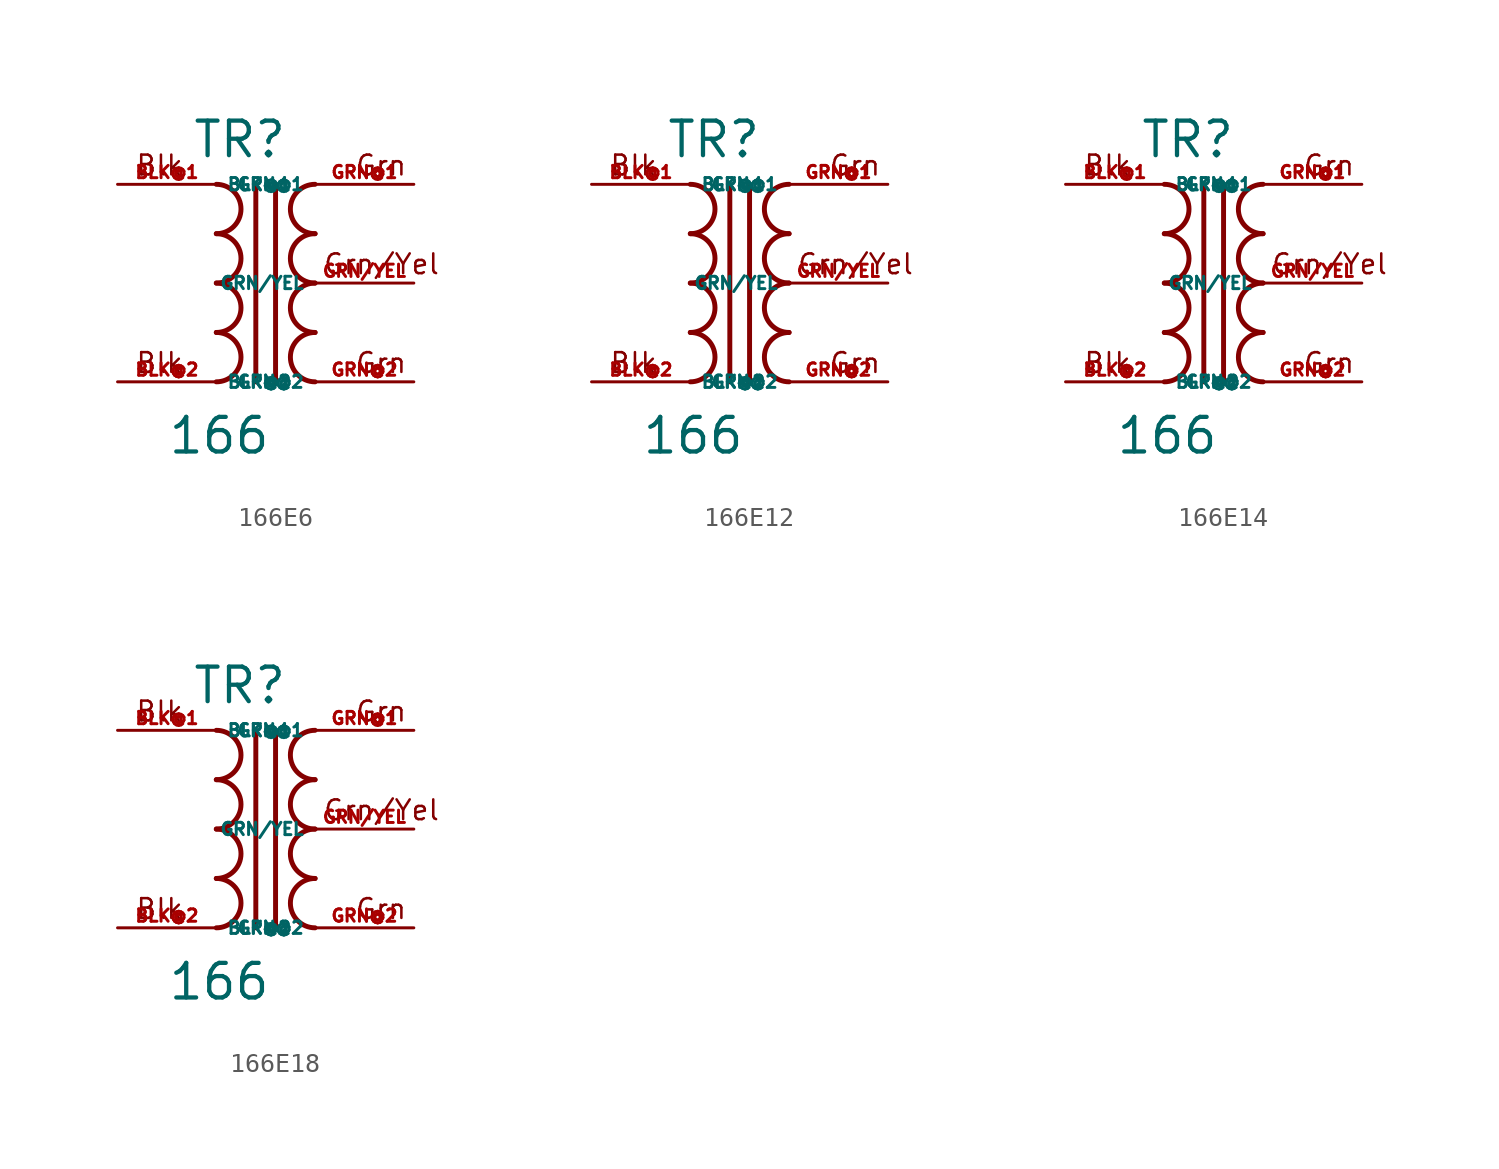
<source format=kicad_sym>
(kicad_symbol_lib
  (version 20220914)
  (generator Eagle2Kicad)
  (symbol "166E6"
    (property "Reference" "TR"
      (at -3.81 6.35 0)
      (effects (font (size 1.778 1.778) (thickness 0.22)) (justify left bottom)))
    (property "Value" "166"
      (at -5.08 -8.89 0)
      (effects (font (size 1.778 1.778) (thickness 0.22)) (justify left bottom)))
    (polyline
      (pts (xy -0.508 5.08) (xy -0.508 -5.08))
      (stroke (width 0.254) (type default))
      (fill (type none)))
    (arc
      (start -2.54 0)
      (mid -1.270 1.270)
      (end -2.54 2.54)
      (stroke (width 0.254) (type default))
      (fill (type none)))
    (arc
      (start -2.54 -2.54)
      (mid -1.270 -1.270)
      (end -2.54 0)
      (stroke (width 0.254) (type default))
      (fill (type none)))
    (arc
      (start -2.54 -5.08)
      (mid -1.270 -3.810)
      (end -2.54 -2.54)
      (stroke (width 0.254) (type default))
      (fill (type none)))
    (arc
      (start -2.54 2.54)
      (mid -1.270 3.810)
      (end -2.54 5.08)
      (stroke (width 0.254) (type default))
      (fill (type none)))
    (arc
      (start 2.54 2.54)
      (mid 1.270 1.270)
      (end 2.54 0)
      (stroke (width 0.254) (type default))
      (fill (type none)))
    (arc
      (start 2.54 5.08)
      (mid 1.270 3.810)
      (end 2.54 2.54)
      (stroke (width 0.254) (type default))
      (fill (type none)))
    (arc
      (start 2.54 0)
      (mid 1.270 -1.270)
      (end 2.54 -2.54)
      (stroke (width 0.254) (type default))
      (fill (type none)))
    (arc
      (start 2.54 -2.54)
      (mid 1.270 -3.810)
      (end 2.54 -5.08)
      (stroke (width 0.254) (type default))
      (fill (type none)))
    (polyline
      (pts (xy 0.508 5.08) (xy 0.508 -5.08))
      (stroke (width 0.254) (type default))
      (fill (type none)))
    (text "Blk"
      (at -6.731 5.461 0)
      (effects (font (size 1.016 1.016) (thickness 0.13)) (justify left bottom)))
    (text "Blk"
      (at -6.731 -4.699 0)
      (effects (font (size 1.016 1.016) (thickness 0.13)) (justify left bottom)))
    (text "Grn"
      (at 4.572 5.461 0)
      (effects (font (size 1.016 1.016) (thickness 0.13)) (justify left bottom)))
    (text "Grn"
      (at 4.572 -4.699 0)
      (effects (font (size 1.016 1.016) (thickness 0.13)) (justify left bottom)))
    (text "Grn/Yel"
      (at 2.921 0.381 0)
      (effects (font (size 1.016 1.016) (thickness 0.13)) (justify left bottom)))
    (pin passive line
      (at -7.62 5.08 0)
      (length 5.08)
      (name "BLK@1" (effects (font (size 0.635 0.635) (thickness 0.08)) (justify left bottom)))
      (number "BLK@1" (effects (font (size 0.635 0.635) (thickness 0.08)) (justify left bottom))))
    (pin passive line
      (at -7.62 -5.08 0)
      (length 5.08)
      (name "BLK@2" (effects (font (size 0.635 0.635) (thickness 0.08)) (justify left bottom)))
      (number "BLK@2" (effects (font (size 0.635 0.635) (thickness 0.08)) (justify left bottom))))
    (pin passive line
      (at 7.62 5.08 180)
      (length 5.08)
      (name "GRN@1" (effects (font (size 0.635 0.635) (thickness 0.08)) (justify left bottom)))
      (number "GRN@1" (effects (font (size 0.635 0.635) (thickness 0.08)) (justify left bottom))))
    (pin passive line
      (at 7.62 0 180)
      (length 5.08)
      (name "GRN/YEL" (effects (font (size 0.635 0.635) (thickness 0.08)) (justify left bottom)))
      (number "GRN/YEL" (effects (font (size 0.635 0.635) (thickness 0.08)) (justify left bottom))))
    (pin passive line
      (at 7.62 -5.08 180)
      (length 5.08)
      (name "GRN@2" (effects (font (size 0.635 0.635) (thickness 0.08)) (justify left bottom)))
      (number "GRN@2" (effects (font (size 0.635 0.635) (thickness 0.08)) (justify left bottom)))))
  (symbol "166E12"
    (property "Reference" "TR"
      (at -3.81 6.35 0)
      (effects (font (size 1.778 1.778) (thickness 0.22)) (justify left bottom)))
    (property "Value" "166"
      (at -5.08 -8.89 0)
      (effects (font (size 1.778 1.778) (thickness 0.22)) (justify left bottom)))
    (polyline
      (pts (xy -0.508 5.08) (xy -0.508 -5.08))
      (stroke (width 0.254) (type default))
      (fill (type none)))
    (arc
      (start -2.54 0)
      (mid -1.270 1.270)
      (end -2.54 2.54)
      (stroke (width 0.254) (type default))
      (fill (type none)))
    (arc
      (start -2.54 -2.54)
      (mid -1.270 -1.270)
      (end -2.54 0)
      (stroke (width 0.254) (type default))
      (fill (type none)))
    (arc
      (start -2.54 -5.08)
      (mid -1.270 -3.810)
      (end -2.54 -2.54)
      (stroke (width 0.254) (type default))
      (fill (type none)))
    (arc
      (start -2.54 2.54)
      (mid -1.270 3.810)
      (end -2.54 5.08)
      (stroke (width 0.254) (type default))
      (fill (type none)))
    (arc
      (start 2.54 2.54)
      (mid 1.270 1.270)
      (end 2.54 0)
      (stroke (width 0.254) (type default))
      (fill (type none)))
    (arc
      (start 2.54 5.08)
      (mid 1.270 3.810)
      (end 2.54 2.54)
      (stroke (width 0.254) (type default))
      (fill (type none)))
    (arc
      (start 2.54 0)
      (mid 1.270 -1.270)
      (end 2.54 -2.54)
      (stroke (width 0.254) (type default))
      (fill (type none)))
    (arc
      (start 2.54 -2.54)
      (mid 1.270 -3.810)
      (end 2.54 -5.08)
      (stroke (width 0.254) (type default))
      (fill (type none)))
    (polyline
      (pts (xy 0.508 5.08) (xy 0.508 -5.08))
      (stroke (width 0.254) (type default))
      (fill (type none)))
    (text "Blk"
      (at -6.731 5.461 0)
      (effects (font (size 1.016 1.016) (thickness 0.13)) (justify left bottom)))
    (text "Blk"
      (at -6.731 -4.699 0)
      (effects (font (size 1.016 1.016) (thickness 0.13)) (justify left bottom)))
    (text "Grn"
      (at 4.572 5.461 0)
      (effects (font (size 1.016 1.016) (thickness 0.13)) (justify left bottom)))
    (text "Grn"
      (at 4.572 -4.699 0)
      (effects (font (size 1.016 1.016) (thickness 0.13)) (justify left bottom)))
    (text "Grn/Yel"
      (at 2.921 0.381 0)
      (effects (font (size 1.016 1.016) (thickness 0.13)) (justify left bottom)))
    (pin passive line
      (at -7.62 5.08 0)
      (length 5.08)
      (name "BLK@1" (effects (font (size 0.635 0.635) (thickness 0.08)) (justify left bottom)))
      (number "BLK@1" (effects (font (size 0.635 0.635) (thickness 0.08)) (justify left bottom))))
    (pin passive line
      (at -7.62 -5.08 0)
      (length 5.08)
      (name "BLK@2" (effects (font (size 0.635 0.635) (thickness 0.08)) (justify left bottom)))
      (number "BLK@2" (effects (font (size 0.635 0.635) (thickness 0.08)) (justify left bottom))))
    (pin passive line
      (at 7.62 5.08 180)
      (length 5.08)
      (name "GRN@1" (effects (font (size 0.635 0.635) (thickness 0.08)) (justify left bottom)))
      (number "GRN@1" (effects (font (size 0.635 0.635) (thickness 0.08)) (justify left bottom))))
    (pin passive line
      (at 7.62 0 180)
      (length 5.08)
      (name "GRN/YEL" (effects (font (size 0.635 0.635) (thickness 0.08)) (justify left bottom)))
      (number "GRN/YEL" (effects (font (size 0.635 0.635) (thickness 0.08)) (justify left bottom))))
    (pin passive line
      (at 7.62 -5.08 180)
      (length 5.08)
      (name "GRN@2" (effects (font (size 0.635 0.635) (thickness 0.08)) (justify left bottom)))
      (number "GRN@2" (effects (font (size 0.635 0.635) (thickness 0.08)) (justify left bottom)))))
  (symbol "166E14"
    (property "Reference" "TR"
      (at -3.81 6.35 0)
      (effects (font (size 1.778 1.778) (thickness 0.22)) (justify left bottom)))
    (property "Value" "166"
      (at -5.08 -8.89 0)
      (effects (font (size 1.778 1.778) (thickness 0.22)) (justify left bottom)))
    (polyline
      (pts (xy -0.508 5.08) (xy -0.508 -5.08))
      (stroke (width 0.254) (type default))
      (fill (type none)))
    (arc
      (start -2.54 0)
      (mid -1.270 1.270)
      (end -2.54 2.54)
      (stroke (width 0.254) (type default))
      (fill (type none)))
    (arc
      (start -2.54 -2.54)
      (mid -1.270 -1.270)
      (end -2.54 0)
      (stroke (width 0.254) (type default))
      (fill (type none)))
    (arc
      (start -2.54 -5.08)
      (mid -1.270 -3.810)
      (end -2.54 -2.54)
      (stroke (width 0.254) (type default))
      (fill (type none)))
    (arc
      (start -2.54 2.54)
      (mid -1.270 3.810)
      (end -2.54 5.08)
      (stroke (width 0.254) (type default))
      (fill (type none)))
    (arc
      (start 2.54 2.54)
      (mid 1.270 1.270)
      (end 2.54 0)
      (stroke (width 0.254) (type default))
      (fill (type none)))
    (arc
      (start 2.54 5.08)
      (mid 1.270 3.810)
      (end 2.54 2.54)
      (stroke (width 0.254) (type default))
      (fill (type none)))
    (arc
      (start 2.54 0)
      (mid 1.270 -1.270)
      (end 2.54 -2.54)
      (stroke (width 0.254) (type default))
      (fill (type none)))
    (arc
      (start 2.54 -2.54)
      (mid 1.270 -3.810)
      (end 2.54 -5.08)
      (stroke (width 0.254) (type default))
      (fill (type none)))
    (polyline
      (pts (xy 0.508 5.08) (xy 0.508 -5.08))
      (stroke (width 0.254) (type default))
      (fill (type none)))
    (text "Blk"
      (at -6.731 5.461 0)
      (effects (font (size 1.016 1.016) (thickness 0.13)) (justify left bottom)))
    (text "Blk"
      (at -6.731 -4.699 0)
      (effects (font (size 1.016 1.016) (thickness 0.13)) (justify left bottom)))
    (text "Grn"
      (at 4.572 5.461 0)
      (effects (font (size 1.016 1.016) (thickness 0.13)) (justify left bottom)))
    (text "Grn"
      (at 4.572 -4.699 0)
      (effects (font (size 1.016 1.016) (thickness 0.13)) (justify left bottom)))
    (text "Grn/Yel"
      (at 2.921 0.381 0)
      (effects (font (size 1.016 1.016) (thickness 0.13)) (justify left bottom)))
    (pin passive line
      (at -7.62 5.08 0)
      (length 5.08)
      (name "BLK@1" (effects (font (size 0.635 0.635) (thickness 0.08)) (justify left bottom)))
      (number "BLK@1" (effects (font (size 0.635 0.635) (thickness 0.08)) (justify left bottom))))
    (pin passive line
      (at -7.62 -5.08 0)
      (length 5.08)
      (name "BLK@2" (effects (font (size 0.635 0.635) (thickness 0.08)) (justify left bottom)))
      (number "BLK@2" (effects (font (size 0.635 0.635) (thickness 0.08)) (justify left bottom))))
    (pin passive line
      (at 7.62 5.08 180)
      (length 5.08)
      (name "GRN@1" (effects (font (size 0.635 0.635) (thickness 0.08)) (justify left bottom)))
      (number "GRN@1" (effects (font (size 0.635 0.635) (thickness 0.08)) (justify left bottom))))
    (pin passive line
      (at 7.62 0 180)
      (length 5.08)
      (name "GRN/YEL" (effects (font (size 0.635 0.635) (thickness 0.08)) (justify left bottom)))
      (number "GRN/YEL" (effects (font (size 0.635 0.635) (thickness 0.08)) (justify left bottom))))
    (pin passive line
      (at 7.62 -5.08 180)
      (length 5.08)
      (name "GRN@2" (effects (font (size 0.635 0.635) (thickness 0.08)) (justify left bottom)))
      (number "GRN@2" (effects (font (size 0.635 0.635) (thickness 0.08)) (justify left bottom)))))
  (symbol "166E18"
    (property "Reference" "TR"
      (at -3.81 6.35 0)
      (effects (font (size 1.778 1.778) (thickness 0.22)) (justify left bottom)))
    (property "Value" "166"
      (at -5.08 -8.89 0)
      (effects (font (size 1.778 1.778) (thickness 0.22)) (justify left bottom)))
    (polyline
      (pts (xy -0.508 5.08) (xy -0.508 -5.08))
      (stroke (width 0.254) (type default))
      (fill (type none)))
    (arc
      (start -2.54 0)
      (mid -1.270 1.270)
      (end -2.54 2.54)
      (stroke (width 0.254) (type default))
      (fill (type none)))
    (arc
      (start -2.54 -2.54)
      (mid -1.270 -1.270)
      (end -2.54 0)
      (stroke (width 0.254) (type default))
      (fill (type none)))
    (arc
      (start -2.54 -5.08)
      (mid -1.270 -3.810)
      (end -2.54 -2.54)
      (stroke (width 0.254) (type default))
      (fill (type none)))
    (arc
      (start -2.54 2.54)
      (mid -1.270 3.810)
      (end -2.54 5.08)
      (stroke (width 0.254) (type default))
      (fill (type none)))
    (arc
      (start 2.54 2.54)
      (mid 1.270 1.270)
      (end 2.54 0)
      (stroke (width 0.254) (type default))
      (fill (type none)))
    (arc
      (start 2.54 5.08)
      (mid 1.270 3.810)
      (end 2.54 2.54)
      (stroke (width 0.254) (type default))
      (fill (type none)))
    (arc
      (start 2.54 0)
      (mid 1.270 -1.270)
      (end 2.54 -2.54)
      (stroke (width 0.254) (type default))
      (fill (type none)))
    (arc
      (start 2.54 -2.54)
      (mid 1.270 -3.810)
      (end 2.54 -5.08)
      (stroke (width 0.254) (type default))
      (fill (type none)))
    (polyline
      (pts (xy 0.508 5.08) (xy 0.508 -5.08))
      (stroke (width 0.254) (type default))
      (fill (type none)))
    (text "Blk"
      (at -6.731 5.461 0)
      (effects (font (size 1.016 1.016) (thickness 0.13)) (justify left bottom)))
    (text "Blk"
      (at -6.731 -4.699 0)
      (effects (font (size 1.016 1.016) (thickness 0.13)) (justify left bottom)))
    (text "Grn"
      (at 4.572 5.461 0)
      (effects (font (size 1.016 1.016) (thickness 0.13)) (justify left bottom)))
    (text "Grn"
      (at 4.572 -4.699 0)
      (effects (font (size 1.016 1.016) (thickness 0.13)) (justify left bottom)))
    (text "Grn/Yel"
      (at 2.921 0.381 0)
      (effects (font (size 1.016 1.016) (thickness 0.13)) (justify left bottom)))
    (pin passive line
      (at -7.62 5.08 0)
      (length 5.08)
      (name "BLK@1" (effects (font (size 0.635 0.635) (thickness 0.08)) (justify left bottom)))
      (number "BLK@1" (effects (font (size 0.635 0.635) (thickness 0.08)) (justify left bottom))))
    (pin passive line
      (at -7.62 -5.08 0)
      (length 5.08)
      (name "BLK@2" (effects (font (size 0.635 0.635) (thickness 0.08)) (justify left bottom)))
      (number "BLK@2" (effects (font (size 0.635 0.635) (thickness 0.08)) (justify left bottom))))
    (pin passive line
      (at 7.62 5.08 180)
      (length 5.08)
      (name "GRN@1" (effects (font (size 0.635 0.635) (thickness 0.08)) (justify left bottom)))
      (number "GRN@1" (effects (font (size 0.635 0.635) (thickness 0.08)) (justify left bottom))))
    (pin passive line
      (at 7.62 0 180)
      (length 5.08)
      (name "GRN/YEL" (effects (font (size 0.635 0.635) (thickness 0.08)) (justify left bottom)))
      (number "GRN/YEL" (effects (font (size 0.635 0.635) (thickness 0.08)) (justify left bottom))))
    (pin passive line
      (at 7.62 -5.08 180)
      (length 5.08)
      (name "GRN@2" (effects (font (size 0.635 0.635) (thickness 0.08)) (justify left bottom)))
      (number "GRN@2" (effects (font (size 0.635 0.635) (thickness 0.08)) (justify left bottom))))))
</source>
